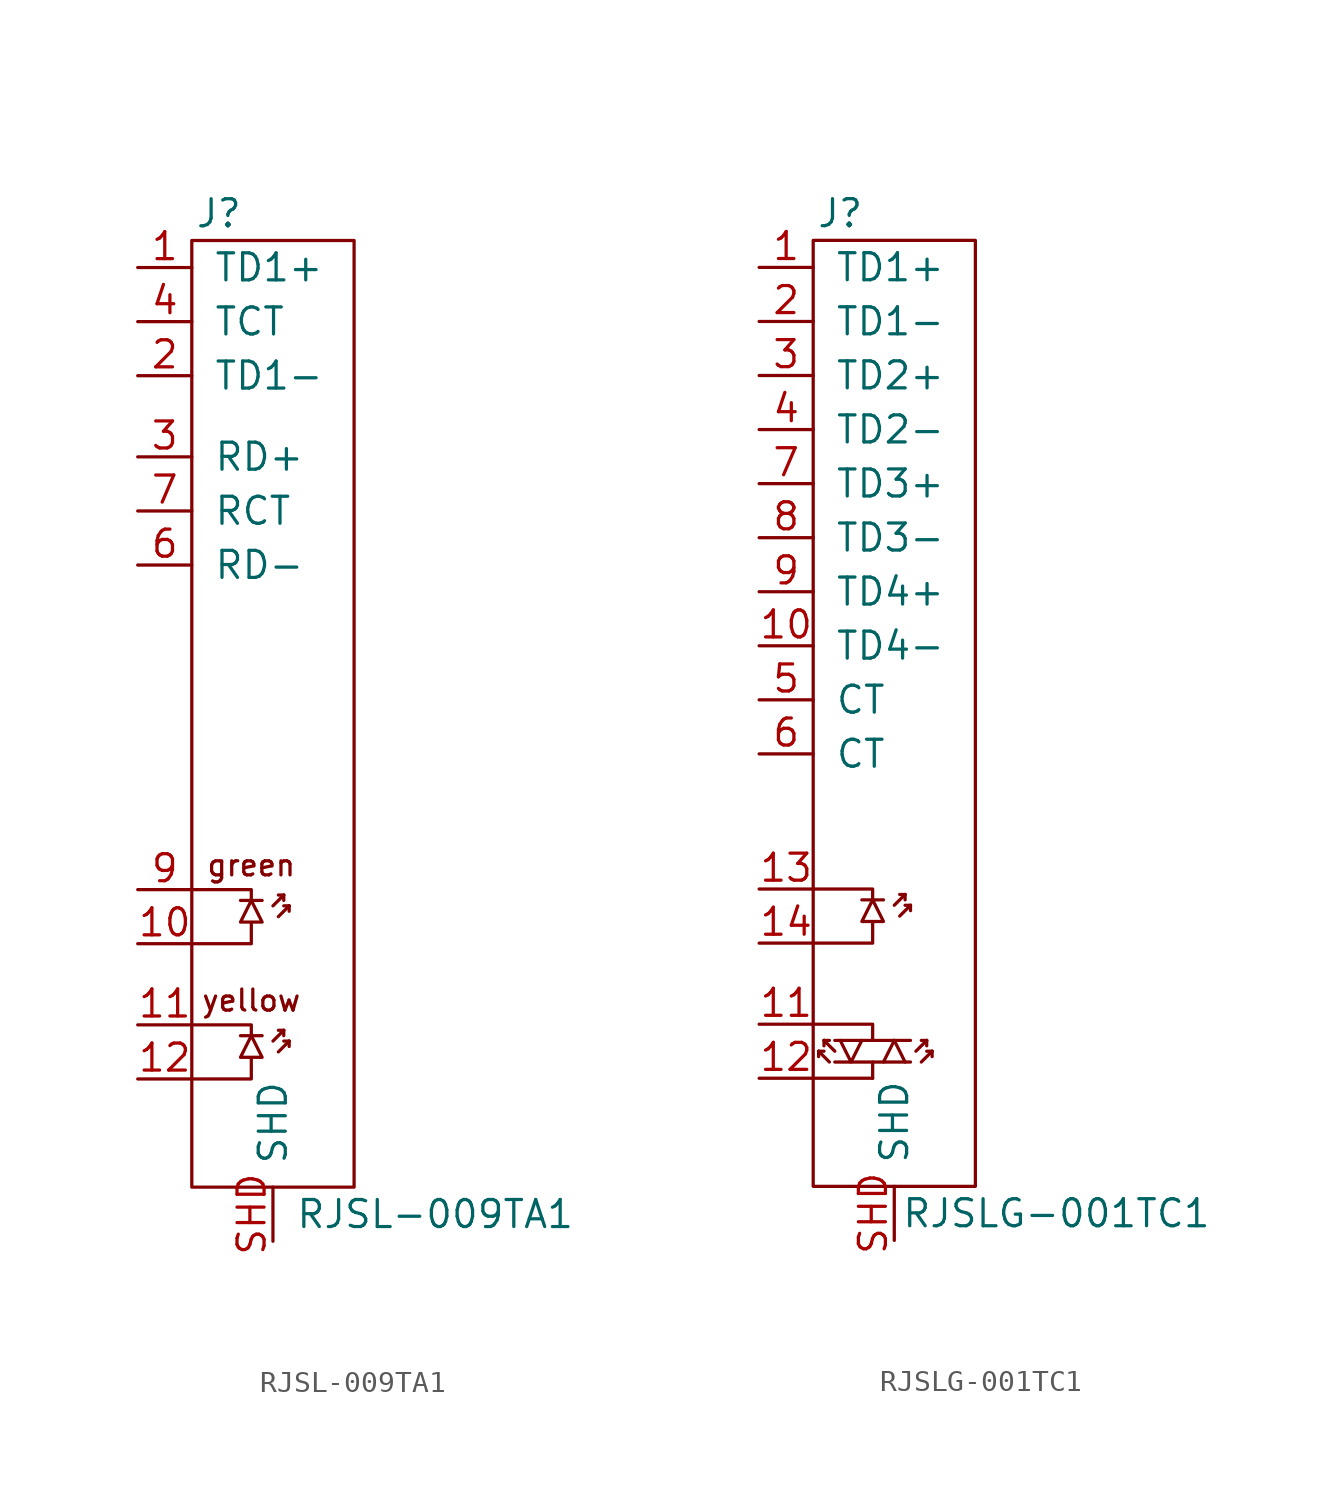
<source format=kicad_sym>
(kicad_symbol_lib
  (version 20211014)
  (generator kicad_symbol_editor)
  (symbol "RJSL-009TA1"
    (pin_names
      (offset 1.016))
    (property "Reference" "J"
      (at -2.54 13.97 0)
      (effects (font (size 1.27 1.27))))
    (property "Value" "RJSL-009TA1"
      (at 7.62 -33.02 0)
      (effects (font (size 1.27 1.27))))
    (symbol "RJSL-009TA1_0_0"
      (text "green" (at -1.016 -16.637 0) (effects (font (size 0.991 0.991))))
      (text "yellow" (at -1.016 -22.987 0) (effects (font (size 0.991 0.991)))))
    (symbol "RJSL-009TA1_0_1"
      (polyline (pts (xy -1.524 -18.288) (xy -0.508 -18.288)) (stroke (width 0) (type default) (color 0 0 0 0)) (fill (type none)))
      (polyline (pts (xy 0 -18.542) (xy 0.508 -18.034)) (stroke (width 0) (type default) (color 0 0 0 0)) (fill (type none)))
      (polyline (pts (xy 0.254 -19.05) (xy 0.762 -18.542)) (stroke (width 0) (type default) (color 0 0 0 0)) (fill (type none)))
      (polyline (pts (xy 0.254 -18.034) (xy 0.508 -18.034)) (stroke (width 0) (type default) (color 0 0 0 0)) (fill (type none)))
      (polyline (pts (xy 0.508 -18.542) (xy 0.762 -18.542)) (stroke (width 0) (type default) (color 0 0 0 0)) (fill (type none)))
      (polyline (pts (xy 0.508 -18.034) (xy 0.508 -18.288)) (stroke (width 0) (type default) (color 0 0 0 0)) (fill (type none)))
      (polyline (pts (xy 0.762 -18.542) (xy 0.762 -18.796)) (stroke (width 0) (type default) (color 0 0 0 0)) (fill (type none)))
      (polyline (pts (xy -3.81 -17.78) (xy -1.016 -17.78) (xy -1.016 -18.288)) (stroke (width 0) (type default) (color 0 0 0 0)) (fill (type none)))
      (polyline (pts (xy -3.81 -20.32) (xy -1.016 -20.32) (xy -1.016 -19.304) (xy -1.524 -19.304) (xy -1.016 -18.288) (xy -0.508 -19.304) (xy -1.016 -19.304)) (stroke (width 0) (type default) (color 0 0 0 0)) (fill (type none)))
      (rectangle (start 3.81 -31.75) (end -3.81 12.7) (stroke (width 0) (type default) (color 0 0 0 0)) (fill (type none))))
    (symbol "RJSL-009TA1_1_1"
      (polyline (pts (xy -1.524 -24.638) (xy -0.508 -24.638)) (stroke (width 0) (type default) (color 0 0 0 0)) (fill (type none)))
      (polyline (pts (xy 0 -24.892) (xy 0.508 -24.384)) (stroke (width 0) (type default) (color 0 0 0 0)) (fill (type none)))
      (polyline (pts (xy 0.254 -25.4) (xy 0.762 -24.892)) (stroke (width 0) (type default) (color 0 0 0 0)) (fill (type none)))
      (polyline (pts (xy 0.254 -24.384) (xy 0.508 -24.384)) (stroke (width 0) (type default) (color 0 0 0 0)) (fill (type none)))
      (polyline (pts (xy 0.508 -24.892) (xy 0.762 -24.892)) (stroke (width 0) (type default) (color 0 0 0 0)) (fill (type none)))
      (polyline (pts (xy 0.508 -24.384) (xy 0.508 -24.638)) (stroke (width 0) (type default) (color 0 0 0 0)) (fill (type none)))
      (polyline (pts (xy 0.762 -24.892) (xy 0.762 -25.146)) (stroke (width 0) (type default) (color 0 0 0 0)) (fill (type none)))
      (polyline (pts (xy -3.81 -24.13) (xy -1.016 -24.13) (xy -1.016 -24.638)) (stroke (width 0) (type default) (color 0 0 0 0)) (fill (type none)))
      (polyline (pts (xy -3.81 -26.67) (xy -1.016 -26.67) (xy -1.016 -25.654) (xy -1.524 -25.654) (xy -1.016 -24.638) (xy -0.508 -25.654) (xy -1.016 -25.654)) (stroke (width 0) (type default) (color 0 0 0 0)) (fill (type none)))
      (pin passive line (at -6.35 11.43 0) (length 2.54) (name "TD1+" (effects (font (size 1.27 1.27)))) (number "1" (effects (font (size 1.27 1.27)))))
      (pin passive line (at -6.35 -20.32 0) (length 2.54) (name "~" (effects (font (size 1.27 1.27)))) (number "10" (effects (font (size 1.27 1.27)))))
      (pin passive line (at -6.35 -24.13 0) (length 2.54) (name "~" (effects (font (size 1.27 1.27)))) (number "11" (effects (font (size 1.27 1.27)))))
      (pin passive line (at -6.35 -26.67 0) (length 2.54) (name "~" (effects (font (size 1.27 1.27)))) (number "12" (effects (font (size 1.27 1.27)))))
      (pin passive line (at -6.35 6.35 0) (length 2.54) (name "TD1-" (effects (font (size 1.27 1.27)))) (number "2" (effects (font (size 1.27 1.27)))))
      (pin passive line (at -6.35 2.54 0) (length 2.54) (name "RD+" (effects (font (size 1.27 1.27)))) (number "3" (effects (font (size 1.27 1.27)))))
      (pin passive line (at -6.35 8.89 0) (length 2.54) (name "TCT" (effects (font (size 1.27 1.27)))) (number "4" (effects (font (size 1.27 1.27)))))
      (pin passive line (at -6.35 -2.54 0) (length 2.54) (name "RD-" (effects (font (size 1.27 1.27)))) (number "6" (effects (font (size 1.27 1.27)))))
      (pin passive line (at -6.35 0 0) (length 2.54) (name "RCT" (effects (font (size 1.27 1.27)))) (number "7" (effects (font (size 1.27 1.27)))))
      (pin passive line (at -6.35 -17.78 0) (length 2.54) (name "~" (effects (font (size 1.27 1.27)))) (number "9" (effects (font (size 1.27 1.27)))))
      (pin passive line (at 0 -34.29 90) (length 2.54) (name "SHD" (effects (font (size 1.27 1.27)))) (number "SHD" (effects (font (size 1.27 1.27)))))))
  (symbol "RJSLG-001TC1"
    (pin_names
      (offset 1.016))
    (property "Reference" "J"
      (at -2.54 13.97 0)
      (effects (font (size 1.27 1.27))))
    (property "Value" "RJSLG-001TC1"
      (at 7.62 -33.02 0)
      (effects (font (size 1.27 1.27))))
    (symbol "RJSLG-001TC1_0_1"
      (polyline (pts (xy -3.81 -26.67) (xy -1.016 -26.67)) (stroke (width 0) (type default) (color 0 0 0 0)) (fill (type none)))
      (polyline (pts (xy -3.556 -25.4) (xy -3.556 -25.654)) (stroke (width 0) (type default) (color 0 0 0 0)) (fill (type none)))
      (polyline (pts (xy -3.556 -25.4) (xy -3.302 -25.4)) (stroke (width 0) (type default) (color 0 0 0 0)) (fill (type none)))
      (polyline (pts (xy -3.302 -24.892) (xy -3.302 -25.146)) (stroke (width 0) (type default) (color 0 0 0 0)) (fill (type none)))
      (polyline (pts (xy -3.302 -24.892) (xy -3.048 -24.892)) (stroke (width 0) (type default) (color 0 0 0 0)) (fill (type none)))
      (polyline (pts (xy -3.048 -25.908) (xy -3.556 -25.4)) (stroke (width 0) (type default) (color 0 0 0 0)) (fill (type none)))
      (polyline (pts (xy -2.794 -25.908) (xy 0.762 -25.908)) (stroke (width 0) (type default) (color 0 0 0 0)) (fill (type none)))
      (polyline (pts (xy -2.794 -25.4) (xy -3.302 -24.892)) (stroke (width 0) (type default) (color 0 0 0 0)) (fill (type none)))
      (polyline (pts (xy -1.524 -18.288) (xy -0.508 -18.288)) (stroke (width 0) (type default) (color 0 0 0 0)) (fill (type none)))
      (polyline (pts (xy -1.016 -26.67) (xy -1.016 -25.908)) (stroke (width 0) (type default) (color 0 0 0 0)) (fill (type none)))
      (polyline (pts (xy -1.016 -24.892) (xy 0.762 -24.892)) (stroke (width 0) (type default) (color 0 0 0 0)) (fill (type none)))
      (polyline (pts (xy 0 -24.892) (xy -0.508 -25.908)) (stroke (width 0) (type default) (color 0 0 0 0)) (fill (type none)))
      (polyline (pts (xy 0 -24.892) (xy 0.508 -25.908)) (stroke (width 0) (type default) (color 0 0 0 0)) (fill (type none)))
      (polyline (pts (xy 0 -18.542) (xy 0.508 -18.034)) (stroke (width 0) (type default) (color 0 0 0 0)) (fill (type none)))
      (polyline (pts (xy 0.254 -19.05) (xy 0.762 -18.542)) (stroke (width 0) (type default) (color 0 0 0 0)) (fill (type none)))
      (polyline (pts (xy 0.254 -18.034) (xy 0.508 -18.034)) (stroke (width 0) (type default) (color 0 0 0 0)) (fill (type none)))
      (polyline (pts (xy 0.508 -18.542) (xy 0.762 -18.542)) (stroke (width 0) (type default) (color 0 0 0 0)) (fill (type none)))
      (polyline (pts (xy 0.508 -18.034) (xy 0.508 -18.288)) (stroke (width 0) (type default) (color 0 0 0 0)) (fill (type none)))
      (polyline (pts (xy 0.762 -18.542) (xy 0.762 -18.796)) (stroke (width 0) (type default) (color 0 0 0 0)) (fill (type none)))
      (polyline (pts (xy 1.016 -25.4) (xy 1.524 -24.892)) (stroke (width 0) (type default) (color 0 0 0 0)) (fill (type none)))
      (polyline (pts (xy 1.27 -25.908) (xy 1.778 -25.4)) (stroke (width 0) (type default) (color 0 0 0 0)) (fill (type none)))
      (polyline (pts (xy 1.27 -24.892) (xy 1.524 -24.892)) (stroke (width 0) (type default) (color 0 0 0 0)) (fill (type none)))
      (polyline (pts (xy 1.524 -25.4) (xy 1.778 -25.4)) (stroke (width 0) (type default) (color 0 0 0 0)) (fill (type none)))
      (polyline (pts (xy 1.524 -24.892) (xy 1.524 -25.146)) (stroke (width 0) (type default) (color 0 0 0 0)) (fill (type none)))
      (polyline (pts (xy 1.778 -25.4) (xy 1.778 -25.654)) (stroke (width 0) (type default) (color 0 0 0 0)) (fill (type none)))
      (polyline (pts (xy -3.81 -17.78) (xy -1.016 -17.78) (xy -1.016 -18.288)) (stroke (width 0) (type default) (color 0 0 0 0)) (fill (type none)))
      (polyline (pts (xy -2.54 -24.892) (xy -2.032 -25.908) (xy -1.524 -24.892)) (stroke (width 0) (type default) (color 0 0 0 0)) (fill (type none)))
      (polyline (pts (xy -3.81 -24.13) (xy -1.016 -24.13) (xy -1.016 -24.892) (xy -2.794 -24.892)) (stroke (width 0) (type default) (color 0 0 0 0)) (fill (type none)))
      (polyline (pts (xy -3.81 -20.32) (xy -1.016 -20.32) (xy -1.016 -19.304) (xy -1.524 -19.304) (xy -1.016 -18.288) (xy -0.508 -19.304) (xy -1.016 -19.304)) (stroke (width 0) (type default) (color 0 0 0 0)) (fill (type none)))
      (rectangle (start 3.81 -31.75) (end -3.81 12.7) (stroke (width 0) (type default) (color 0 0 0 0)) (fill (type none))))
    (symbol "RJSLG-001TC1_1_1"
      (pin passive line (at -6.35 11.43 0) (length 2.54) (name "TD1+" (effects (font (size 1.27 1.27)))) (number "1" (effects (font (size 1.27 1.27)))))
      (pin passive line (at -6.35 -6.35 0) (length 2.54) (name "TD4-" (effects (font (size 1.27 1.27)))) (number "10" (effects (font (size 1.27 1.27)))))
      (pin passive line (at -6.35 -24.13 0) (length 2.54) (name "~" (effects (font (size 1.27 1.27)))) (number "11" (effects (font (size 1.27 1.27)))))
      (pin passive line (at -6.35 -26.67 0) (length 2.54) (name "~" (effects (font (size 1.27 1.27)))) (number "12" (effects (font (size 1.27 1.27)))))
      (pin passive line (at -6.35 -17.78 0) (length 2.54) (name "~" (effects (font (size 1.27 1.27)))) (number "13" (effects (font (size 1.27 1.27)))))
      (pin passive line (at -6.35 -20.32 0) (length 2.54) (name "~" (effects (font (size 1.27 1.27)))) (number "14" (effects (font (size 1.27 1.27)))))
      (pin passive line (at -6.35 8.89 0) (length 2.54) (name "TD1-" (effects (font (size 1.27 1.27)))) (number "2" (effects (font (size 1.27 1.27)))))
      (pin passive line (at -6.35 6.35 0) (length 2.54) (name "TD2+" (effects (font (size 1.27 1.27)))) (number "3" (effects (font (size 1.27 1.27)))))
      (pin passive line (at -6.35 3.81 0) (length 2.54) (name "TD2-" (effects (font (size 1.27 1.27)))) (number "4" (effects (font (size 1.27 1.27)))))
      (pin passive line (at -6.35 -8.89 0) (length 2.54) (name "CT" (effects (font (size 1.27 1.27)))) (number "5" (effects (font (size 1.27 1.27)))))
      (pin passive line (at -6.35 -11.43 0) (length 2.54) (name "CT" (effects (font (size 1.27 1.27)))) (number "6" (effects (font (size 1.27 1.27)))))
      (pin passive line (at -6.35 1.27 0) (length 2.54) (name "TD3+" (effects (font (size 1.27 1.27)))) (number "7" (effects (font (size 1.27 1.27)))))
      (pin passive line (at -6.35 -1.27 0) (length 2.54) (name "TD3-" (effects (font (size 1.27 1.27)))) (number "8" (effects (font (size 1.27 1.27)))))
      (pin passive line (at -6.35 -3.81 0) (length 2.54) (name "TD4+" (effects (font (size 1.27 1.27)))) (number "9" (effects (font (size 1.27 1.27)))))
      (pin passive line (at 0 -34.29 90) (length 2.54) (name "SHD" (effects (font (size 1.27 1.27)))) (number "SHD" (effects (font (size 1.27 1.27))))))))
</source>
